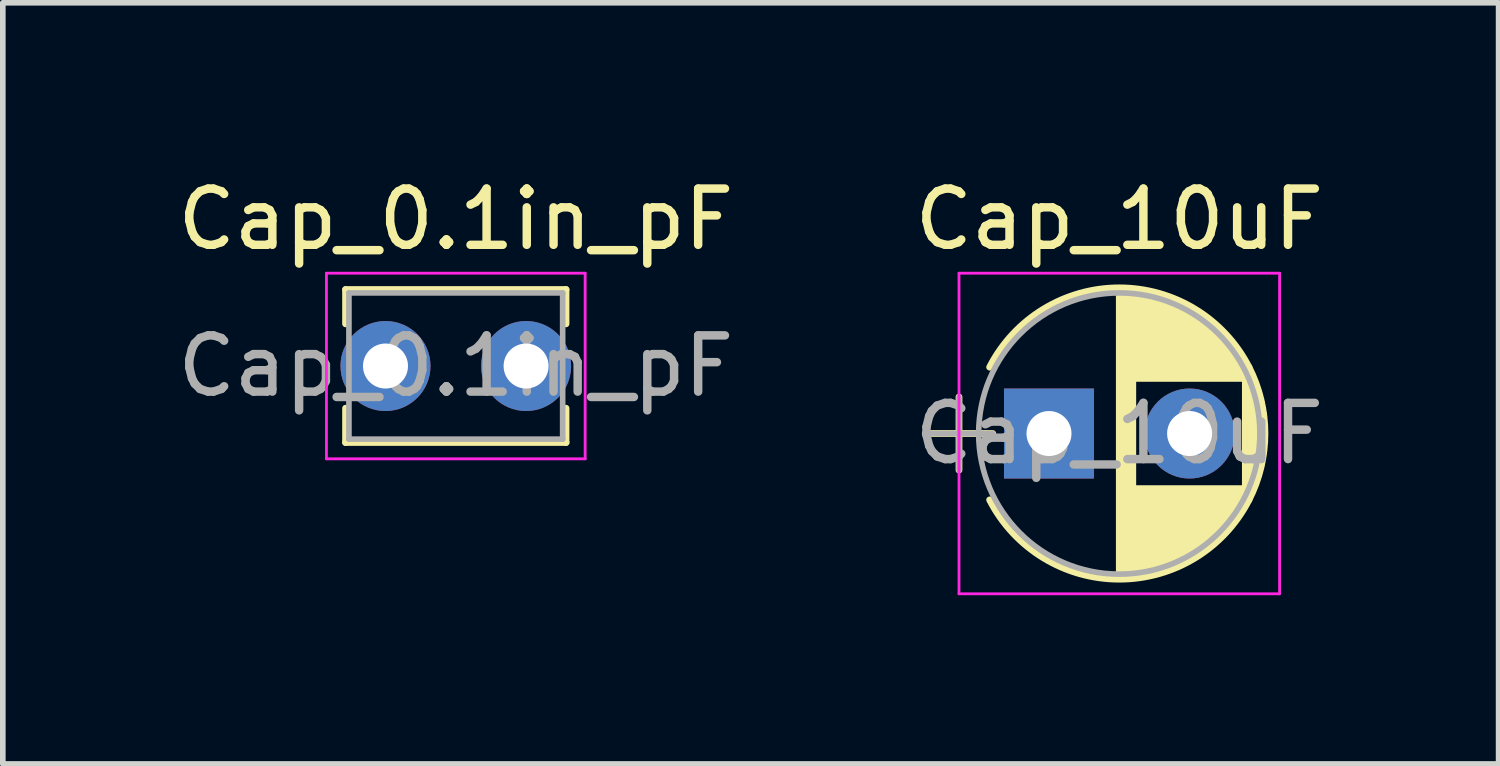
<source format=kicad_pcb>
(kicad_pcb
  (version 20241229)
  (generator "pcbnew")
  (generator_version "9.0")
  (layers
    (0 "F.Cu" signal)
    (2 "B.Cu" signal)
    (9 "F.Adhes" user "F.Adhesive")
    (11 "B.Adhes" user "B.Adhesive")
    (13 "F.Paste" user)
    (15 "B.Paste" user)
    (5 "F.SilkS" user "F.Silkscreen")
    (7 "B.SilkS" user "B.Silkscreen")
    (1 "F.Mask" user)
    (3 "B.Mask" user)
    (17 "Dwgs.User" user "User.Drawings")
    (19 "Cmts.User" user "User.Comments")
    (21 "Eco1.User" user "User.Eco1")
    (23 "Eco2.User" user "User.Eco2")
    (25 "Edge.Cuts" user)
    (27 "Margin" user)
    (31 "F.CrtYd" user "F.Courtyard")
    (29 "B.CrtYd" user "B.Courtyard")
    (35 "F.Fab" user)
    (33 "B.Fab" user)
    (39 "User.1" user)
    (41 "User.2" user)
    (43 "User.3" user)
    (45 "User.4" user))
  (footprint "Cap_0.1in_pF"
    (layer "F.Cu")
    (at 3.804 3.458)
    (property "Reference" "Cap_0.1in_pF" (at 1.25 -2.61 0) (layer "F.SilkS") (effects (font (size 1 1) (thickness 0.15))))
    (attr through_hole)
    (fp_line (start -0.71 -1.36) (end -0.71 -0.75) (stroke (width 0.12) (type solid)) (layer "F.SilkS"))
    (fp_line (start -0.71 -1.36) (end 3.21 -1.36) (stroke (width 0.12) (type solid)) (layer "F.SilkS"))
    (fp_line (start -0.71 0.75) (end -0.71 1.36) (stroke (width 0.12) (type solid)) (layer "F.SilkS"))
    (fp_line (start -0.71 1.36) (end 3.21 1.36) (stroke (width 0.12) (type solid)) (layer "F.SilkS"))
    (fp_line (start 3.21 -1.36) (end 3.21 -0.75) (stroke (width 0.12) (type solid)) (layer "F.SilkS"))
    (fp_line (start 3.21 0.75) (end 3.21 1.36) (stroke (width 0.12) (type solid)) (layer "F.SilkS"))
    (fp_line (start -1.05 -1.65) (end -1.05 1.65) (stroke (width 0.05) (type solid)) (layer "F.CrtYd"))
    (fp_line (start -1.05 1.65) (end 3.55 1.65) (stroke (width 0.05) (type solid)) (layer "F.CrtYd"))
    (fp_line (start 3.55 -1.65) (end -1.05 -1.65) (stroke (width 0.05) (type solid)) (layer "F.CrtYd"))
    (fp_line (start 3.55 1.65) (end 3.55 -1.65) (stroke (width 0.05) (type solid)) (layer "F.CrtYd"))
    (fp_line (start -0.65 -1.3) (end -0.65 1.3) (stroke (width 0.1) (type solid)) (layer "F.Fab"))
    (fp_line (start -0.65 1.3) (end 3.15 1.3) (stroke (width 0.1) (type solid)) (layer "F.Fab"))
    (fp_line (start 3.15 -1.3) (end -0.65 -1.3) (stroke (width 0.1) (type solid)) (layer "F.Fab"))
    (fp_line (start 3.15 1.3) (end 3.15 -1.3) (stroke (width 0.1) (type solid)) (layer "F.Fab"))
    (fp_text user "${REFERENCE}" (at 1.25 0 0) (layer "F.Fab") (effects (font (size 1 1) (thickness 0.15))))
    (pad "1" thru_hole circle (at 0 0) (size 1.6 1.6) (drill 0.8) (layers "*.Cu" "*.Mask"))
    (pad "2" thru_hole circle (at 2.5 0) (size 1.6 1.6) (drill 0.8) (layers "*.Cu" "*.Mask")))
  (footprint "Cap_10uF"
    (layer "F.Cu")
    (at 15.601 4.658)
    (property "Reference" "Cap_10uF" (at 1.25 -3.81 0) (layer "F.SilkS") (effects (font (size 1 1) (thickness 0.15))))
    (attr through_hole)
    (fp_line (start -2.2 0) (end -1 0) (stroke (width 0.12) (type solid)) (layer "F.SilkS"))
    (fp_line (start -1.6 -0.65) (end -1.6 0.65) (stroke (width 0.12) (type solid)) (layer "F.SilkS"))
    (fp_line (start 1.25 -2.55) (end 1.25 2.55) (stroke (width 0.12) (type solid)) (layer "F.SilkS"))
    (fp_line (start 1.29 -2.55) (end 1.29 2.55) (stroke (width 0.12) (type solid)) (layer "F.SilkS"))
    (fp_line (start 1.33 -2.549) (end 1.33 2.549) (stroke (width 0.12) (type solid)) (layer "F.SilkS"))
    (fp_line (start 1.37 -2.548) (end 1.37 2.548) (stroke (width 0.12) (type solid)) (layer "F.SilkS"))
    (fp_line (start 1.41 -2.546) (end 1.41 2.546) (stroke (width 0.12) (type solid)) (layer "F.SilkS"))
    (fp_line (start 1.45 -2.543) (end 1.45 2.543) (stroke (width 0.12) (type solid)) (layer "F.SilkS"))
    (fp_line (start 1.49 -2.539) (end 1.49 2.539) (stroke (width 0.12) (type solid)) (layer "F.SilkS"))
    (fp_line (start 1.53 -2.535) (end 1.53 -0.98) (stroke (width 0.12) (type solid)) (layer "F.SilkS"))
    (fp_line (start 1.53 0.98) (end 1.53 2.535) (stroke (width 0.12) (type solid)) (layer "F.SilkS"))
    (fp_line (start 1.57 -2.531) (end 1.57 -0.98) (stroke (width 0.12) (type solid)) (layer "F.SilkS"))
    (fp_line (start 1.57 0.98) (end 1.57 2.531) (stroke (width 0.12) (type solid)) (layer "F.SilkS"))
    (fp_line (start 1.61 -2.525) (end 1.61 -0.98) (stroke (width 0.12) (type solid)) (layer "F.SilkS"))
    (fp_line (start 1.61 0.98) (end 1.61 2.525) (stroke (width 0.12) (type solid)) (layer "F.SilkS"))
    (fp_line (start 1.65 -2.519) (end 1.65 -0.98) (stroke (width 0.12) (type solid)) (layer "F.SilkS"))
    (fp_line (start 1.65 0.98) (end 1.65 2.519) (stroke (width 0.12) (type solid)) (layer "F.SilkS"))
    (fp_line (start 1.69 -2.513) (end 1.69 -0.98) (stroke (width 0.12) (type solid)) (layer "F.SilkS"))
    (fp_line (start 1.69 0.98) (end 1.69 2.513) (stroke (width 0.12) (type solid)) (layer "F.SilkS"))
    (fp_line (start 1.73 -2.506) (end 1.73 -0.98) (stroke (width 0.12) (type solid)) (layer "F.SilkS"))
    (fp_line (start 1.73 0.98) (end 1.73 2.506) (stroke (width 0.12) (type solid)) (layer "F.SilkS"))
    (fp_line (start 1.77 -2.498) (end 1.77 -0.98) (stroke (width 0.12) (type solid)) (layer "F.SilkS"))
    (fp_line (start 1.77 0.98) (end 1.77 2.498) (stroke (width 0.12) (type solid)) (layer "F.SilkS"))
    (fp_line (start 1.81 -2.489) (end 1.81 -0.98) (stroke (width 0.12) (type solid)) (layer "F.SilkS"))
    (fp_line (start 1.81 0.98) (end 1.81 2.489) (stroke (width 0.12) (type solid)) (layer "F.SilkS"))
    (fp_line (start 1.85 -2.48) (end 1.85 -0.98) (stroke (width 0.12) (type solid)) (layer "F.SilkS"))
    (fp_line (start 1.85 0.98) (end 1.85 2.48) (stroke (width 0.12) (type solid)) (layer "F.SilkS"))
    (fp_line (start 1.89 -2.47) (end 1.89 -0.98) (stroke (width 0.12) (type solid)) (layer "F.SilkS"))
    (fp_line (start 1.89 0.98) (end 1.89 2.47) (stroke (width 0.12) (type solid)) (layer "F.SilkS"))
    (fp_line (start 1.93 -2.46) (end 1.93 -0.98) (stroke (width 0.12) (type solid)) (layer "F.SilkS"))
    (fp_line (start 1.93 0.98) (end 1.93 2.46) (stroke (width 0.12) (type solid)) (layer "F.SilkS"))
    (fp_line (start 1.971 -2.448) (end 1.971 -0.98) (stroke (width 0.12) (type solid)) (layer "F.SilkS"))
    (fp_line (start 1.971 0.98) (end 1.971 2.448) (stroke (width 0.12) (type solid)) (layer "F.SilkS"))
    (fp_line (start 2.011 -2.436) (end 2.011 -0.98) (stroke (width 0.12) (type solid)) (layer "F.SilkS"))
    (fp_line (start 2.011 0.98) (end 2.011 2.436) (stroke (width 0.12) (type solid)) (layer "F.SilkS"))
    (fp_line (start 2.051 -2.424) (end 2.051 -0.98) (stroke (width 0.12) (type solid)) (layer "F.SilkS"))
    (fp_line (start 2.051 0.98) (end 2.051 2.424) (stroke (width 0.12) (type solid)) (layer "F.SilkS"))
    (fp_line (start 2.091 -2.41) (end 2.091 -0.98) (stroke (width 0.12) (type solid)) (layer "F.SilkS"))
    (fp_line (start 2.091 0.98) (end 2.091 2.41) (stroke (width 0.12) (type solid)) (layer "F.SilkS"))
    (fp_line (start 2.131 -2.396) (end 2.131 -0.98) (stroke (width 0.12) (type solid)) (layer "F.SilkS"))
    (fp_line (start 2.131 0.98) (end 2.131 2.396) (stroke (width 0.12) (type solid)) (layer "F.SilkS"))
    (fp_line (start 2.171 -2.382) (end 2.171 -0.98) (stroke (width 0.12) (type solid)) (layer "F.SilkS"))
    (fp_line (start 2.171 0.98) (end 2.171 2.382) (stroke (width 0.12) (type solid)) (layer "F.SilkS"))
    (fp_line (start 2.211 -2.366) (end 2.211 -0.98) (stroke (width 0.12) (type solid)) (layer "F.SilkS"))
    (fp_line (start 2.211 0.98) (end 2.211 2.366) (stroke (width 0.12) (type solid)) (layer "F.SilkS"))
    (fp_line (start 2.251 -2.35) (end 2.251 -0.98) (stroke (width 0.12) (type solid)) (layer "F.SilkS"))
    (fp_line (start 2.251 0.98) (end 2.251 2.35) (stroke (width 0.12) (type solid)) (layer "F.SilkS"))
    (fp_line (start 2.291 -2.333) (end 2.291 -0.98) (stroke (width 0.12) (type solid)) (layer "F.SilkS"))
    (fp_line (start 2.291 0.98) (end 2.291 2.333) (stroke (width 0.12) (type solid)) (layer "F.SilkS"))
    (fp_line (start 2.331 -2.315) (end 2.331 -0.98) (stroke (width 0.12) (type solid)) (layer "F.SilkS"))
    (fp_line (start 2.331 0.98) (end 2.331 2.315) (stroke (width 0.12) (type solid)) (layer "F.SilkS"))
    (fp_line (start 2.371 -2.296) (end 2.371 -0.98) (stroke (width 0.12) (type solid)) (layer "F.SilkS"))
    (fp_line (start 2.371 0.98) (end 2.371 2.296) (stroke (width 0.12) (type solid)) (layer "F.SilkS"))
    (fp_line (start 2.411 -2.276) (end 2.411 -0.98) (stroke (width 0.12) (type solid)) (layer "F.SilkS"))
    (fp_line (start 2.411 0.98) (end 2.411 2.276) (stroke (width 0.12) (type solid)) (layer "F.SilkS"))
    (fp_line (start 2.451 -2.256) (end 2.451 -0.98) (stroke (width 0.12) (type solid)) (layer "F.SilkS"))
    (fp_line (start 2.451 0.98) (end 2.451 2.256) (stroke (width 0.12) (type solid)) (layer "F.SilkS"))
    (fp_line (start 2.491 -2.234) (end 2.491 -0.98) (stroke (width 0.12) (type solid)) (layer "F.SilkS"))
    (fp_line (start 2.491 0.98) (end 2.491 2.234) (stroke (width 0.12) (type solid)) (layer "F.SilkS"))
    (fp_line (start 2.531 -2.212) (end 2.531 -0.98) (stroke (width 0.12) (type solid)) (layer "F.SilkS"))
    (fp_line (start 2.531 0.98) (end 2.531 2.212) (stroke (width 0.12) (type solid)) (layer "F.SilkS"))
    (fp_line (start 2.571 -2.189) (end 2.571 -0.98) (stroke (width 0.12) (type solid)) (layer "F.SilkS"))
    (fp_line (start 2.571 0.98) (end 2.571 2.189) (stroke (width 0.12) (type solid)) (layer "F.SilkS"))
    (fp_line (start 2.611 -2.165) (end 2.611 -0.98) (stroke (width 0.12) (type solid)) (layer "F.SilkS"))
    (fp_line (start 2.611 0.98) (end 2.611 2.165) (stroke (width 0.12) (type solid)) (layer "F.SilkS"))
    (fp_line (start 2.651 -2.14) (end 2.651 -0.98) (stroke (width 0.12) (type solid)) (layer "F.SilkS"))
    (fp_line (start 2.651 0.98) (end 2.651 2.14) (stroke (width 0.12) (type solid)) (layer "F.SilkS"))
    (fp_line (start 2.691 -2.113) (end 2.691 -0.98) (stroke (width 0.12) (type solid)) (layer "F.SilkS"))
    (fp_line (start 2.691 0.98) (end 2.691 2.113) (stroke (width 0.12) (type solid)) (layer "F.SilkS"))
    (fp_line (start 2.731 -2.086) (end 2.731 -0.98) (stroke (width 0.12) (type solid)) (layer "F.SilkS"))
    (fp_line (start 2.731 0.98) (end 2.731 2.086) (stroke (width 0.12) (type solid)) (layer "F.SilkS"))
    (fp_line (start 2.771 -2.058) (end 2.771 -0.98) (stroke (width 0.12) (type solid)) (layer "F.SilkS"))
    (fp_line (start 2.771 0.98) (end 2.771 2.058) (stroke (width 0.12) (type solid)) (layer "F.SilkS"))
    (fp_line (start 2.811 -2.028) (end 2.811 -0.98) (stroke (width 0.12) (type solid)) (layer "F.SilkS"))
    (fp_line (start 2.811 0.98) (end 2.811 2.028) (stroke (width 0.12) (type solid)) (layer "F.SilkS"))
    (fp_line (start 2.851 -1.997) (end 2.851 -0.98) (stroke (width 0.12) (type solid)) (layer "F.SilkS"))
    (fp_line (start 2.851 0.98) (end 2.851 1.997) (stroke (width 0.12) (type solid)) (layer "F.SilkS"))
    (fp_line (start 2.891 -1.965) (end 2.891 -0.98) (stroke (width 0.12) (type solid)) (layer "F.SilkS"))
    (fp_line (start 2.891 0.98) (end 2.891 1.965) (stroke (width 0.12) (type solid)) (layer "F.SilkS"))
    (fp_line (start 2.931 -1.932) (end 2.931 -0.98) (stroke (width 0.12) (type solid)) (layer "F.SilkS"))
    (fp_line (start 2.931 0.98) (end 2.931 1.932) (stroke (width 0.12) (type solid)) (layer "F.SilkS"))
    (fp_line (start 2.971 -1.897) (end 2.971 -0.98) (stroke (width 0.12) (type solid)) (layer "F.SilkS"))
    (fp_line (start 2.971 0.98) (end 2.971 1.897) (stroke (width 0.12) (type solid)) (layer "F.SilkS"))
    (fp_line (start 3.011 -1.861) (end 3.011 -0.98) (stroke (width 0.12) (type solid)) (layer "F.SilkS"))
    (fp_line (start 3.011 0.98) (end 3.011 1.861) (stroke (width 0.12) (type solid)) (layer "F.SilkS"))
    (fp_line (start 3.051 -1.823) (end 3.051 -0.98) (stroke (width 0.12) (type solid)) (layer "F.SilkS"))
    (fp_line (start 3.051 0.98) (end 3.051 1.823) (stroke (width 0.12) (type solid)) (layer "F.SilkS"))
    (fp_line (start 3.091 -1.783) (end 3.091 -0.98) (stroke (width 0.12) (type solid)) (layer "F.SilkS"))
    (fp_line (start 3.091 0.98) (end 3.091 1.783) (stroke (width 0.12) (type solid)) (layer "F.SilkS"))
    (fp_line (start 3.131 -1.742) (end 3.131 -0.98) (stroke (width 0.12) (type solid)) (layer "F.SilkS"))
    (fp_line (start 3.131 0.98) (end 3.131 1.742) (stroke (width 0.12) (type solid)) (layer "F.SilkS"))
    (fp_line (start 3.171 -1.699) (end 3.171 -0.98) (stroke (width 0.12) (type solid)) (layer "F.SilkS"))
    (fp_line (start 3.171 0.98) (end 3.171 1.699) (stroke (width 0.12) (type solid)) (layer "F.SilkS"))
    (fp_line (start 3.211 -1.654) (end 3.211 -0.98) (stroke (width 0.12) (type solid)) (layer "F.SilkS"))
    (fp_line (start 3.211 0.98) (end 3.211 1.654) (stroke (width 0.12) (type solid)) (layer "F.SilkS"))
    (fp_line (start 3.251 -1.606) (end 3.251 -0.98) (stroke (width 0.12) (type solid)) (layer "F.SilkS"))
    (fp_line (start 3.251 0.98) (end 3.251 1.606) (stroke (width 0.12) (type solid)) (layer "F.SilkS"))
    (fp_line (start 3.291 -1.556) (end 3.291 -0.98) (stroke (width 0.12) (type solid)) (layer "F.SilkS"))
    (fp_line (start 3.291 0.98) (end 3.291 1.556) (stroke (width 0.12) (type solid)) (layer "F.SilkS"))
    (fp_line (start 3.331 -1.504) (end 3.331 -0.98) (stroke (width 0.12) (type solid)) (layer "F.SilkS"))
    (fp_line (start 3.331 0.98) (end 3.331 1.504) (stroke (width 0.12) (type solid)) (layer "F.SilkS"))
    (fp_line (start 3.371 -1.448) (end 3.371 -0.98) (stroke (width 0.12) (type solid)) (layer "F.SilkS"))
    (fp_line (start 3.371 0.98) (end 3.371 1.448) (stroke (width 0.12) (type solid)) (layer "F.SilkS"))
    (fp_line (start 3.411 -1.39) (end 3.411 -0.98) (stroke (width 0.12) (type solid)) (layer "F.SilkS"))
    (fp_line (start 3.411 0.98) (end 3.411 1.39) (stroke (width 0.12) (type solid)) (layer "F.SilkS"))
    (fp_line (start 3.451 -1.327) (end 3.451 -0.98) (stroke (width 0.12) (type solid)) (layer "F.SilkS"))
    (fp_line (start 3.451 0.98) (end 3.451 1.327) (stroke (width 0.12) (type solid)) (layer "F.SilkS"))
    (fp_line (start 3.491 -1.261) (end 3.491 1.261) (stroke (width 0.12) (type solid)) (layer "F.SilkS"))
    (fp_line (start 3.531 -1.189) (end 3.531 1.189) (stroke (width 0.12) (type solid)) (layer "F.SilkS"))
    (fp_line (start 3.571 -1.112) (end 3.571 1.112) (stroke (width 0.12) (type solid)) (layer "F.SilkS"))
    (fp_line (start 3.611 -1.028) (end 3.611 1.028) (stroke (width 0.12) (type solid)) (layer "F.SilkS"))
    (fp_line (start 3.651 -0.934) (end 3.651 0.934) (stroke (width 0.12) (type solid)) (layer "F.SilkS"))
    (fp_line (start 3.691 -0.829) (end 3.691 0.829) (stroke (width 0.12) (type solid)) (layer "F.SilkS"))
    (fp_line (start 3.731 -0.707) (end 3.731 0.707) (stroke (width 0.12) (type solid)) (layer "F.SilkS"))
    (fp_line (start 3.771 -0.559) (end 3.771 0.559) (stroke (width 0.12) (type solid)) (layer "F.SilkS"))
    (fp_line (start 3.811 -0.354) (end 3.811 0.354) (stroke (width 0.12) (type solid)) (layer "F.SilkS"))
    (fp_arc (start -1.05558 -1.18) (mid 1.250156 -2.59) (end 3.555722 -1.179722) (stroke (width 0.12) (type solid)) (layer "F.SilkS"))
    (fp_arc (start 3.55558 -1.18) (mid 3.84 -0.000156) (end 3.555722 1.179722) (stroke (width 0.12) (type solid)) (layer "F.SilkS"))
    (fp_arc (start 3.555722 1.179722) (mid 1.250156 2.59) (end -1.05558 1.18) (stroke (width 0.12) (type solid)) (layer "F.SilkS"))
    (fp_line (start -1.6 -2.85) (end -1.6 2.85) (stroke (width 0.05) (type solid)) (layer "F.CrtYd"))
    (fp_line (start -1.6 2.85) (end 4.1 2.85) (stroke (width 0.05) (type solid)) (layer "F.CrtYd"))
    (fp_line (start 4.1 -2.85) (end -1.6 -2.85) (stroke (width 0.05) (type solid)) (layer "F.CrtYd"))
    (fp_line (start 4.1 2.85) (end 4.1 -2.85) (stroke (width 0.05) (type solid)) (layer "F.CrtYd"))
    (fp_line (start -2.2 0) (end -1 0) (stroke (width 0.1) (type solid)) (layer "F.Fab"))
    (fp_line (start -1.6 -0.65) (end -1.6 0.65) (stroke (width 0.1) (type solid)) (layer "F.Fab"))
    (fp_circle (center 1.25 0) (end 3.75 0) (stroke (width 0.1) (type solid)) (fill no) (layer "F.Fab"))
    (fp_text user "${REFERENCE}" (at 1.25 0 0) (layer "F.Fab") (effects (font (size 1 1) (thickness 0.15))))
    (pad "1" thru_hole rect (at 0 0) (size 1.6 1.6) (drill 0.8) (layers "*.Cu" "*.Mask"))
    (pad "2" thru_hole circle (at 2.5 0) (size 1.6 1.6) (drill 0.8) (layers "*.Cu" "*.Mask")))
  (gr_rect
    (start -3 -3)
    (end 23.595 10.533)
    (stroke (width 0.1) (type default))
    (fill no)
    (layer "Edge.Cuts")))
</source>
